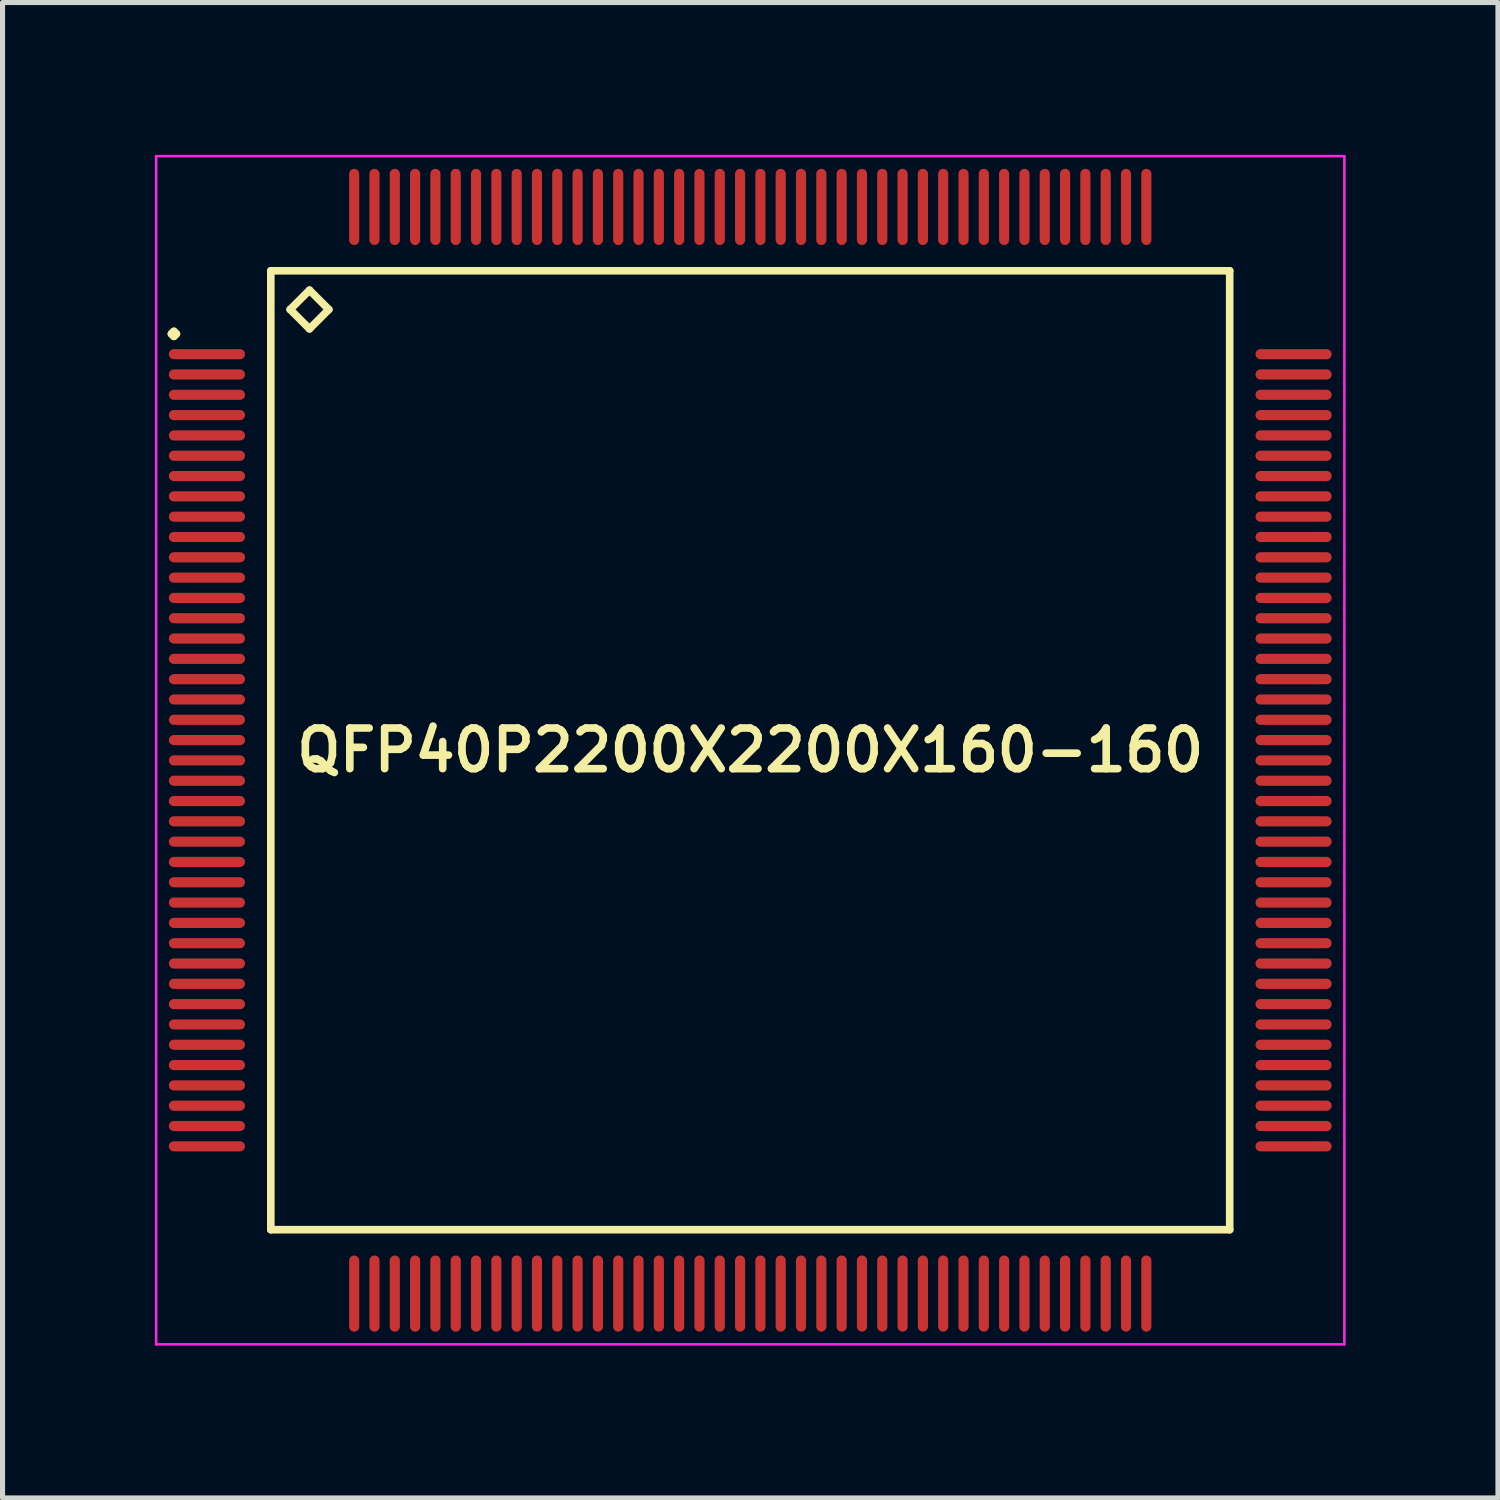
<source format=kicad_pcb>
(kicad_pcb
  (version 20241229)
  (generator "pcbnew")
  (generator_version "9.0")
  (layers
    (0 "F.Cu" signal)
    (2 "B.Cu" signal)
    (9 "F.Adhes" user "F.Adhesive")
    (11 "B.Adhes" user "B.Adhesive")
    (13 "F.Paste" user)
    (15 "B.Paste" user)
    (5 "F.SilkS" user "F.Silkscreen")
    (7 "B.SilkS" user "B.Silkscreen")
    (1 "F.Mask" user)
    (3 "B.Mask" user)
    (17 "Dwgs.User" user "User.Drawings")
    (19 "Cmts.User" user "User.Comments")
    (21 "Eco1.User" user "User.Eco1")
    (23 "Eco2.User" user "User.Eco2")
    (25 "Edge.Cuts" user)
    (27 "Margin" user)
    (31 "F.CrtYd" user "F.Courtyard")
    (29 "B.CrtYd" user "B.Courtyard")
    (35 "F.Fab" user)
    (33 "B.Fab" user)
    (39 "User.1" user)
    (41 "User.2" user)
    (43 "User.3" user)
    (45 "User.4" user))
  (footprint "QFP40P2200X2200X160-160"
    (layer "F.Cu")
    (at 11.725 11.725)
    (property "Reference" "QFP40P2200X2200X160-160" (at 0 0 0) (layer "F.SilkS") (effects (font (size 0.8 0.8) (thickness 0.15))))
    (attr smd)
    (fp_line (start -11.4 -8.2) (end -11.35 -8.25) (stroke (width 0.15) (type solid)) (layer "F.SilkS"))
    (fp_line (start -11.35 -8.25) (end -11.3 -8.2) (stroke (width 0.15) (type solid)) (layer "F.SilkS"))
    (fp_line (start -11.35 -8.15) (end -11.4 -8.2) (stroke (width 0.15) (type solid)) (layer "F.SilkS"))
    (fp_line (start -11.3 -8.2) (end -11.35 -8.15) (stroke (width 0.15) (type solid)) (layer "F.SilkS"))
    (fp_line (start -9.442 -9.442) (end -9.442 9.442) (stroke (width 0.15) (type solid)) (layer "F.SilkS"))
    (fp_line (start -9.442 9.442) (end 9.442 9.442) (stroke (width 0.15) (type solid)) (layer "F.SilkS"))
    (fp_line (start -9.061 -8.68) (end -8.68 -9.061) (stroke (width 0.15) (type solid)) (layer "F.SilkS"))
    (fp_line (start -8.68 -9.061) (end -8.299 -8.68) (stroke (width 0.15) (type solid)) (layer "F.SilkS"))
    (fp_line (start -8.68 -8.299) (end -9.061 -8.68) (stroke (width 0.15) (type solid)) (layer "F.SilkS"))
    (fp_line (start -8.299 -8.68) (end -8.68 -8.299) (stroke (width 0.15) (type solid)) (layer "F.SilkS"))
    (fp_line (start 9.442 -9.442) (end -9.442 -9.442) (stroke (width 0.15) (type solid)) (layer "F.SilkS"))
    (fp_line (start 9.442 9.442) (end 9.442 -9.442) (stroke (width 0.15) (type solid)) (layer "F.SilkS"))
    (fp_line (start -11.7 -11.7) (end 11.7 -11.7) (stroke (width 0.05) (type solid)) (layer "F.CrtYd"))
    (fp_line (start -11.7 11.7) (end -11.7 -11.7) (stroke (width 0.05) (type solid)) (layer "F.CrtYd"))
    (fp_line (start 11.7 -11.7) (end 11.7 11.7) (stroke (width 0.05) (type solid)) (layer "F.CrtYd"))
    (fp_line (start 11.7 11.7) (end -11.7 11.7) (stroke (width 0.05) (type solid)) (layer "F.CrtYd"))
    (pad "1" smd oval (at -10.7 -7.8) (size 1.5 0.2) (layers "F.Cu" "F.Mask" "F.Paste"))
    (pad "2" smd oval (at -10.7 -7.4) (size 1.5 0.2) (layers "F.Cu" "F.Mask" "F.Paste"))
    (pad "3" smd oval (at -10.7 -7) (size 1.5 0.2) (layers "F.Cu" "F.Mask" "F.Paste"))
    (pad "4" smd oval (at -10.7 -6.6) (size 1.5 0.2) (layers "F.Cu" "F.Mask" "F.Paste"))
    (pad "5" smd oval (at -10.7 -6.2) (size 1.5 0.2) (layers "F.Cu" "F.Mask" "F.Paste"))
    (pad "6" smd oval (at -10.7 -5.8) (size 1.5 0.2) (layers "F.Cu" "F.Mask" "F.Paste"))
    (pad "7" smd oval (at -10.7 -5.4) (size 1.5 0.2) (layers "F.Cu" "F.Mask" "F.Paste"))
    (pad "8" smd oval (at -10.7 -5) (size 1.5 0.2) (layers "F.Cu" "F.Mask" "F.Paste"))
    (pad "9" smd oval (at -10.7 -4.6) (size 1.5 0.2) (layers "F.Cu" "F.Mask" "F.Paste"))
    (pad "10" smd oval (at -10.7 -4.2) (size 1.5 0.2) (layers "F.Cu" "F.Mask" "F.Paste"))
    (pad "11" smd oval (at -10.7 -3.8) (size 1.5 0.2) (layers "F.Cu" "F.Mask" "F.Paste"))
    (pad "12" smd oval (at -10.7 -3.4) (size 1.5 0.2) (layers "F.Cu" "F.Mask" "F.Paste"))
    (pad "13" smd oval (at -10.7 -3) (size 1.5 0.2) (layers "F.Cu" "F.Mask" "F.Paste"))
    (pad "14" smd oval (at -10.7 -2.6) (size 1.5 0.2) (layers "F.Cu" "F.Mask" "F.Paste"))
    (pad "15" smd oval (at -10.7 -2.2) (size 1.5 0.2) (layers "F.Cu" "F.Mask" "F.Paste"))
    (pad "16" smd oval (at -10.7 -1.8) (size 1.5 0.2) (layers "F.Cu" "F.Mask" "F.Paste"))
    (pad "17" smd oval (at -10.7 -1.4) (size 1.5 0.2) (layers "F.Cu" "F.Mask" "F.Paste"))
    (pad "18" smd oval (at -10.7 -1) (size 1.5 0.2) (layers "F.Cu" "F.Mask" "F.Paste"))
    (pad "19" smd oval (at -10.7 -0.6) (size 1.5 0.2) (layers "F.Cu" "F.Mask" "F.Paste"))
    (pad "20" smd oval (at -10.7 -0.2) (size 1.5 0.2) (layers "F.Cu" "F.Mask" "F.Paste"))
    (pad "21" smd oval (at -10.7 0.2) (size 1.5 0.2) (layers "F.Cu" "F.Mask" "F.Paste"))
    (pad "22" smd oval (at -10.7 0.6) (size 1.5 0.2) (layers "F.Cu" "F.Mask" "F.Paste"))
    (pad "23" smd oval (at -10.7 1) (size 1.5 0.2) (layers "F.Cu" "F.Mask" "F.Paste"))
    (pad "24" smd oval (at -10.7 1.4) (size 1.5 0.2) (layers "F.Cu" "F.Mask" "F.Paste"))
    (pad "25" smd oval (at -10.7 1.8) (size 1.5 0.2) (layers "F.Cu" "F.Mask" "F.Paste"))
    (pad "26" smd oval (at -10.7 2.2) (size 1.5 0.2) (layers "F.Cu" "F.Mask" "F.Paste"))
    (pad "27" smd oval (at -10.7 2.6) (size 1.5 0.2) (layers "F.Cu" "F.Mask" "F.Paste"))
    (pad "28" smd oval (at -10.7 3) (size 1.5 0.2) (layers "F.Cu" "F.Mask" "F.Paste"))
    (pad "29" smd oval (at -10.7 3.4) (size 1.5 0.2) (layers "F.Cu" "F.Mask" "F.Paste"))
    (pad "30" smd oval (at -10.7 3.8) (size 1.5 0.2) (layers "F.Cu" "F.Mask" "F.Paste"))
    (pad "31" smd oval (at -10.7 4.2) (size 1.5 0.2) (layers "F.Cu" "F.Mask" "F.Paste"))
    (pad "32" smd oval (at -10.7 4.6) (size 1.5 0.2) (layers "F.Cu" "F.Mask" "F.Paste"))
    (pad "33" smd oval (at -10.7 5) (size 1.5 0.2) (layers "F.Cu" "F.Mask" "F.Paste"))
    (pad "34" smd oval (at -10.7 5.4) (size 1.5 0.2) (layers "F.Cu" "F.Mask" "F.Paste"))
    (pad "35" smd oval (at -10.7 5.8) (size 1.5 0.2) (layers "F.Cu" "F.Mask" "F.Paste"))
    (pad "36" smd oval (at -10.7 6.2) (size 1.5 0.2) (layers "F.Cu" "F.Mask" "F.Paste"))
    (pad "37" smd oval (at -10.7 6.6) (size 1.5 0.2) (layers "F.Cu" "F.Mask" "F.Paste"))
    (pad "38" smd oval (at -10.7 7) (size 1.5 0.2) (layers "F.Cu" "F.Mask" "F.Paste"))
    (pad "39" smd oval (at -10.7 7.4) (size 1.5 0.2) (layers "F.Cu" "F.Mask" "F.Paste"))
    (pad "40" smd oval (at -10.7 7.8) (size 1.5 0.2) (layers "F.Cu" "F.Mask" "F.Paste"))
    (pad "41" smd oval (at -7.8 10.7) (size 0.2 1.5) (layers "F.Cu" "F.Mask" "F.Paste"))
    (pad "42" smd oval (at -7.4 10.7) (size 0.2 1.5) (layers "F.Cu" "F.Mask" "F.Paste"))
    (pad "43" smd oval (at -7 10.7) (size 0.2 1.5) (layers "F.Cu" "F.Mask" "F.Paste"))
    (pad "44" smd oval (at -6.6 10.7) (size 0.2 1.5) (layers "F.Cu" "F.Mask" "F.Paste"))
    (pad "45" smd oval (at -6.2 10.7) (size 0.2 1.5) (layers "F.Cu" "F.Mask" "F.Paste"))
    (pad "46" smd oval (at -5.8 10.7) (size 0.2 1.5) (layers "F.Cu" "F.Mask" "F.Paste"))
    (pad "47" smd oval (at -5.4 10.7) (size 0.2 1.5) (layers "F.Cu" "F.Mask" "F.Paste"))
    (pad "48" smd oval (at -5 10.7) (size 0.2 1.5) (layers "F.Cu" "F.Mask" "F.Paste"))
    (pad "49" smd oval (at -4.6 10.7) (size 0.2 1.5) (layers "F.Cu" "F.Mask" "F.Paste"))
    (pad "50" smd oval (at -4.2 10.7) (size 0.2 1.5) (layers "F.Cu" "F.Mask" "F.Paste"))
    (pad "51" smd oval (at -3.8 10.7) (size 0.2 1.5) (layers "F.Cu" "F.Mask" "F.Paste"))
    (pad "52" smd oval (at -3.4 10.7) (size 0.2 1.5) (layers "F.Cu" "F.Mask" "F.Paste"))
    (pad "53" smd oval (at -3 10.7) (size 0.2 1.5) (layers "F.Cu" "F.Mask" "F.Paste"))
    (pad "54" smd oval (at -2.6 10.7) (size 0.2 1.5) (layers "F.Cu" "F.Mask" "F.Paste"))
    (pad "55" smd oval (at -2.2 10.7) (size 0.2 1.5) (layers "F.Cu" "F.Mask" "F.Paste"))
    (pad "56" smd oval (at -1.8 10.7) (size 0.2 1.5) (layers "F.Cu" "F.Mask" "F.Paste"))
    (pad "57" smd oval (at -1.4 10.7) (size 0.2 1.5) (layers "F.Cu" "F.Mask" "F.Paste"))
    (pad "58" smd oval (at -1 10.7) (size 0.2 1.5) (layers "F.Cu" "F.Mask" "F.Paste"))
    (pad "59" smd oval (at -0.6 10.7) (size 0.2 1.5) (layers "F.Cu" "F.Mask" "F.Paste"))
    (pad "60" smd oval (at -0.2 10.7) (size 0.2 1.5) (layers "F.Cu" "F.Mask" "F.Paste"))
    (pad "61" smd oval (at 0.2 10.7) (size 0.2 1.5) (layers "F.Cu" "F.Mask" "F.Paste"))
    (pad "62" smd oval (at 0.6 10.7) (size 0.2 1.5) (layers "F.Cu" "F.Mask" "F.Paste"))
    (pad "63" smd oval (at 1 10.7) (size 0.2 1.5) (layers "F.Cu" "F.Mask" "F.Paste"))
    (pad "64" smd oval (at 1.4 10.7) (size 0.2 1.5) (layers "F.Cu" "F.Mask" "F.Paste"))
    (pad "65" smd oval (at 1.8 10.7) (size 0.2 1.5) (layers "F.Cu" "F.Mask" "F.Paste"))
    (pad "66" smd oval (at 2.2 10.7) (size 0.2 1.5) (layers "F.Cu" "F.Mask" "F.Paste"))
    (pad "67" smd oval (at 2.6 10.7) (size 0.2 1.5) (layers "F.Cu" "F.Mask" "F.Paste"))
    (pad "68" smd oval (at 3 10.7) (size 0.2 1.5) (layers "F.Cu" "F.Mask" "F.Paste"))
    (pad "69" smd oval (at 3.4 10.7) (size 0.2 1.5) (layers "F.Cu" "F.Mask" "F.Paste"))
    (pad "70" smd oval (at 3.8 10.7) (size 0.2 1.5) (layers "F.Cu" "F.Mask" "F.Paste"))
    (pad "71" smd oval (at 4.2 10.7) (size 0.2 1.5) (layers "F.Cu" "F.Mask" "F.Paste"))
    (pad "72" smd oval (at 4.6 10.7) (size 0.2 1.5) (layers "F.Cu" "F.Mask" "F.Paste"))
    (pad "73" smd oval (at 5 10.7) (size 0.2 1.5) (layers "F.Cu" "F.Mask" "F.Paste"))
    (pad "74" smd oval (at 5.4 10.7) (size 0.2 1.5) (layers "F.Cu" "F.Mask" "F.Paste"))
    (pad "75" smd oval (at 5.8 10.7) (size 0.2 1.5) (layers "F.Cu" "F.Mask" "F.Paste"))
    (pad "76" smd oval (at 6.2 10.7) (size 0.2 1.5) (layers "F.Cu" "F.Mask" "F.Paste"))
    (pad "77" smd oval (at 6.6 10.7) (size 0.2 1.5) (layers "F.Cu" "F.Mask" "F.Paste"))
    (pad "78" smd oval (at 7 10.7) (size 0.2 1.5) (layers "F.Cu" "F.Mask" "F.Paste"))
    (pad "79" smd oval (at 7.4 10.7) (size 0.2 1.5) (layers "F.Cu" "F.Mask" "F.Paste"))
    (pad "80" smd oval (at 7.8 10.7) (size 0.2 1.5) (layers "F.Cu" "F.Mask" "F.Paste"))
    (pad "81" smd oval (at 10.7 7.8) (size 1.5 0.2) (layers "F.Cu" "F.Mask" "F.Paste"))
    (pad "82" smd oval (at 10.7 7.4) (size 1.5 0.2) (layers "F.Cu" "F.Mask" "F.Paste"))
    (pad "83" smd oval (at 10.7 7) (size 1.5 0.2) (layers "F.Cu" "F.Mask" "F.Paste"))
    (pad "84" smd oval (at 10.7 6.6) (size 1.5 0.2) (layers "F.Cu" "F.Mask" "F.Paste"))
    (pad "85" smd oval (at 10.7 6.2) (size 1.5 0.2) (layers "F.Cu" "F.Mask" "F.Paste"))
    (pad "86" smd oval (at 10.7 5.8) (size 1.5 0.2) (layers "F.Cu" "F.Mask" "F.Paste"))
    (pad "87" smd oval (at 10.7 5.4) (size 1.5 0.2) (layers "F.Cu" "F.Mask" "F.Paste"))
    (pad "88" smd oval (at 10.7 5) (size 1.5 0.2) (layers "F.Cu" "F.Mask" "F.Paste"))
    (pad "89" smd oval (at 10.7 4.6) (size 1.5 0.2) (layers "F.Cu" "F.Mask" "F.Paste"))
    (pad "90" smd oval (at 10.7 4.2) (size 1.5 0.2) (layers "F.Cu" "F.Mask" "F.Paste"))
    (pad "91" smd oval (at 10.7 3.8) (size 1.5 0.2) (layers "F.Cu" "F.Mask" "F.Paste"))
    (pad "92" smd oval (at 10.7 3.4) (size 1.5 0.2) (layers "F.Cu" "F.Mask" "F.Paste"))
    (pad "93" smd oval (at 10.7 3) (size 1.5 0.2) (layers "F.Cu" "F.Mask" "F.Paste"))
    (pad "94" smd oval (at 10.7 2.6) (size 1.5 0.2) (layers "F.Cu" "F.Mask" "F.Paste"))
    (pad "95" smd oval (at 10.7 2.2) (size 1.5 0.2) (layers "F.Cu" "F.Mask" "F.Paste"))
    (pad "96" smd oval (at 10.7 1.8) (size 1.5 0.2) (layers "F.Cu" "F.Mask" "F.Paste"))
    (pad "97" smd oval (at 10.7 1.4) (size 1.5 0.2) (layers "F.Cu" "F.Mask" "F.Paste"))
    (pad "98" smd oval (at 10.7 1) (size 1.5 0.2) (layers "F.Cu" "F.Mask" "F.Paste"))
    (pad "99" smd oval (at 10.7 0.6) (size 1.5 0.2) (layers "F.Cu" "F.Mask" "F.Paste"))
    (pad "100" smd oval (at 10.7 0.2) (size 1.5 0.2) (layers "F.Cu" "F.Mask" "F.Paste"))
    (pad "101" smd oval (at 10.7 -0.2) (size 1.5 0.2) (layers "F.Cu" "F.Mask" "F.Paste"))
    (pad "102" smd oval (at 10.7 -0.6) (size 1.5 0.2) (layers "F.Cu" "F.Mask" "F.Paste"))
    (pad "103" smd oval (at 10.7 -1) (size 1.5 0.2) (layers "F.Cu" "F.Mask" "F.Paste"))
    (pad "104" smd oval (at 10.7 -1.4) (size 1.5 0.2) (layers "F.Cu" "F.Mask" "F.Paste"))
    (pad "105" smd oval (at 10.7 -1.8) (size 1.5 0.2) (layers "F.Cu" "F.Mask" "F.Paste"))
    (pad "106" smd oval (at 10.7 -2.2) (size 1.5 0.2) (layers "F.Cu" "F.Mask" "F.Paste"))
    (pad "107" smd oval (at 10.7 -2.6) (size 1.5 0.2) (layers "F.Cu" "F.Mask" "F.Paste"))
    (pad "108" smd oval (at 10.7 -3) (size 1.5 0.2) (layers "F.Cu" "F.Mask" "F.Paste"))
    (pad "109" smd oval (at 10.7 -3.4) (size 1.5 0.2) (layers "F.Cu" "F.Mask" "F.Paste"))
    (pad "110" smd oval (at 10.7 -3.8) (size 1.5 0.2) (layers "F.Cu" "F.Mask" "F.Paste"))
    (pad "111" smd oval (at 10.7 -4.2) (size 1.5 0.2) (layers "F.Cu" "F.Mask" "F.Paste"))
    (pad "112" smd oval (at 10.7 -4.6) (size 1.5 0.2) (layers "F.Cu" "F.Mask" "F.Paste"))
    (pad "113" smd oval (at 10.7 -5) (size 1.5 0.2) (layers "F.Cu" "F.Mask" "F.Paste"))
    (pad "114" smd oval (at 10.7 -5.4) (size 1.5 0.2) (layers "F.Cu" "F.Mask" "F.Paste"))
    (pad "115" smd oval (at 10.7 -5.8) (size 1.5 0.2) (layers "F.Cu" "F.Mask" "F.Paste"))
    (pad "116" smd oval (at 10.7 -6.2) (size 1.5 0.2) (layers "F.Cu" "F.Mask" "F.Paste"))
    (pad "117" smd oval (at 10.7 -6.6) (size 1.5 0.2) (layers "F.Cu" "F.Mask" "F.Paste"))
    (pad "118" smd oval (at 10.7 -7) (size 1.5 0.2) (layers "F.Cu" "F.Mask" "F.Paste"))
    (pad "119" smd oval (at 10.7 -7.4) (size 1.5 0.2) (layers "F.Cu" "F.Mask" "F.Paste"))
    (pad "120" smd oval (at 10.7 -7.8) (size 1.5 0.2) (layers "F.Cu" "F.Mask" "F.Paste"))
    (pad "121" smd oval (at 7.8 -10.7) (size 0.2 1.5) (layers "F.Cu" "F.Mask" "F.Paste"))
    (pad "122" smd oval (at 7.4 -10.7) (size 0.2 1.5) (layers "F.Cu" "F.Mask" "F.Paste"))
    (pad "123" smd oval (at 7 -10.7) (size 0.2 1.5) (layers "F.Cu" "F.Mask" "F.Paste"))
    (pad "124" smd oval (at 6.6 -10.7) (size 0.2 1.5) (layers "F.Cu" "F.Mask" "F.Paste"))
    (pad "125" smd oval (at 6.2 -10.7) (size 0.2 1.5) (layers "F.Cu" "F.Mask" "F.Paste"))
    (pad "126" smd oval (at 5.8 -10.7) (size 0.2 1.5) (layers "F.Cu" "F.Mask" "F.Paste"))
    (pad "127" smd oval (at 5.4 -10.7) (size 0.2 1.5) (layers "F.Cu" "F.Mask" "F.Paste"))
    (pad "128" smd oval (at 5 -10.7) (size 0.2 1.5) (layers "F.Cu" "F.Mask" "F.Paste"))
    (pad "129" smd oval (at 4.6 -10.7) (size 0.2 1.5) (layers "F.Cu" "F.Mask" "F.Paste"))
    (pad "130" smd oval (at 4.2 -10.7) (size 0.2 1.5) (layers "F.Cu" "F.Mask" "F.Paste"))
    (pad "131" smd oval (at 3.8 -10.7) (size 0.2 1.5) (layers "F.Cu" "F.Mask" "F.Paste"))
    (pad "132" smd oval (at 3.4 -10.7) (size 0.2 1.5) (layers "F.Cu" "F.Mask" "F.Paste"))
    (pad "133" smd oval (at 3 -10.7) (size 0.2 1.5) (layers "F.Cu" "F.Mask" "F.Paste"))
    (pad "134" smd oval (at 2.6 -10.7) (size 0.2 1.5) (layers "F.Cu" "F.Mask" "F.Paste"))
    (pad "135" smd oval (at 2.2 -10.7) (size 0.2 1.5) (layers "F.Cu" "F.Mask" "F.Paste"))
    (pad "136" smd oval (at 1.8 -10.7) (size 0.2 1.5) (layers "F.Cu" "F.Mask" "F.Paste"))
    (pad "137" smd oval (at 1.4 -10.7) (size 0.2 1.5) (layers "F.Cu" "F.Mask" "F.Paste"))
    (pad "138" smd oval (at 1 -10.7) (size 0.2 1.5) (layers "F.Cu" "F.Mask" "F.Paste"))
    (pad "139" smd oval (at 0.6 -10.7) (size 0.2 1.5) (layers "F.Cu" "F.Mask" "F.Paste"))
    (pad "140" smd oval (at 0.2 -10.7) (size 0.2 1.5) (layers "F.Cu" "F.Mask" "F.Paste"))
    (pad "141" smd oval (at -0.2 -10.7) (size 0.2 1.5) (layers "F.Cu" "F.Mask" "F.Paste"))
    (pad "142" smd oval (at -0.6 -10.7) (size 0.2 1.5) (layers "F.Cu" "F.Mask" "F.Paste"))
    (pad "143" smd oval (at -1 -10.7) (size 0.2 1.5) (layers "F.Cu" "F.Mask" "F.Paste"))
    (pad "144" smd oval (at -1.4 -10.7) (size 0.2 1.5) (layers "F.Cu" "F.Mask" "F.Paste"))
    (pad "145" smd oval (at -1.8 -10.7) (size 0.2 1.5) (layers "F.Cu" "F.Mask" "F.Paste"))
    (pad "146" smd oval (at -2.2 -10.7) (size 0.2 1.5) (layers "F.Cu" "F.Mask" "F.Paste"))
    (pad "147" smd oval (at -2.6 -10.7) (size 0.2 1.5) (layers "F.Cu" "F.Mask" "F.Paste"))
    (pad "148" smd oval (at -3 -10.7) (size 0.2 1.5) (layers "F.Cu" "F.Mask" "F.Paste"))
    (pad "149" smd oval (at -3.4 -10.7) (size 0.2 1.5) (layers "F.Cu" "F.Mask" "F.Paste"))
    (pad "150" smd oval (at -3.8 -10.7) (size 0.2 1.5) (layers "F.Cu" "F.Mask" "F.Paste"))
    (pad "151" smd oval (at -4.2 -10.7) (size 0.2 1.5) (layers "F.Cu" "F.Mask" "F.Paste"))
    (pad "152" smd oval (at -4.6 -10.7) (size 0.2 1.5) (layers "F.Cu" "F.Mask" "F.Paste"))
    (pad "153" smd oval (at -5 -10.7) (size 0.2 1.5) (layers "F.Cu" "F.Mask" "F.Paste"))
    (pad "154" smd oval (at -5.4 -10.7) (size 0.2 1.5) (layers "F.Cu" "F.Mask" "F.Paste"))
    (pad "155" smd oval (at -5.8 -10.7) (size 0.2 1.5) (layers "F.Cu" "F.Mask" "F.Paste"))
    (pad "156" smd oval (at -6.2 -10.7) (size 0.2 1.5) (layers "F.Cu" "F.Mask" "F.Paste"))
    (pad "157" smd oval (at -6.6 -10.7) (size 0.2 1.5) (layers "F.Cu" "F.Mask" "F.Paste"))
    (pad "158" smd oval (at -7 -10.7) (size 0.2 1.5) (layers "F.Cu" "F.Mask" "F.Paste"))
    (pad "159" smd oval (at -7.4 -10.7) (size 0.2 1.5) (layers "F.Cu" "F.Mask" "F.Paste"))
    (pad "160" smd oval (at -7.8 -10.7) (size 0.2 1.5) (layers "F.Cu" "F.Mask" "F.Paste")))
  (gr_rect
    (start -3 -3)
    (end 26.45 26.45)
    (stroke (width 0.1) (type default))
    (fill no)
    (layer "Edge.Cuts")))
</source>
